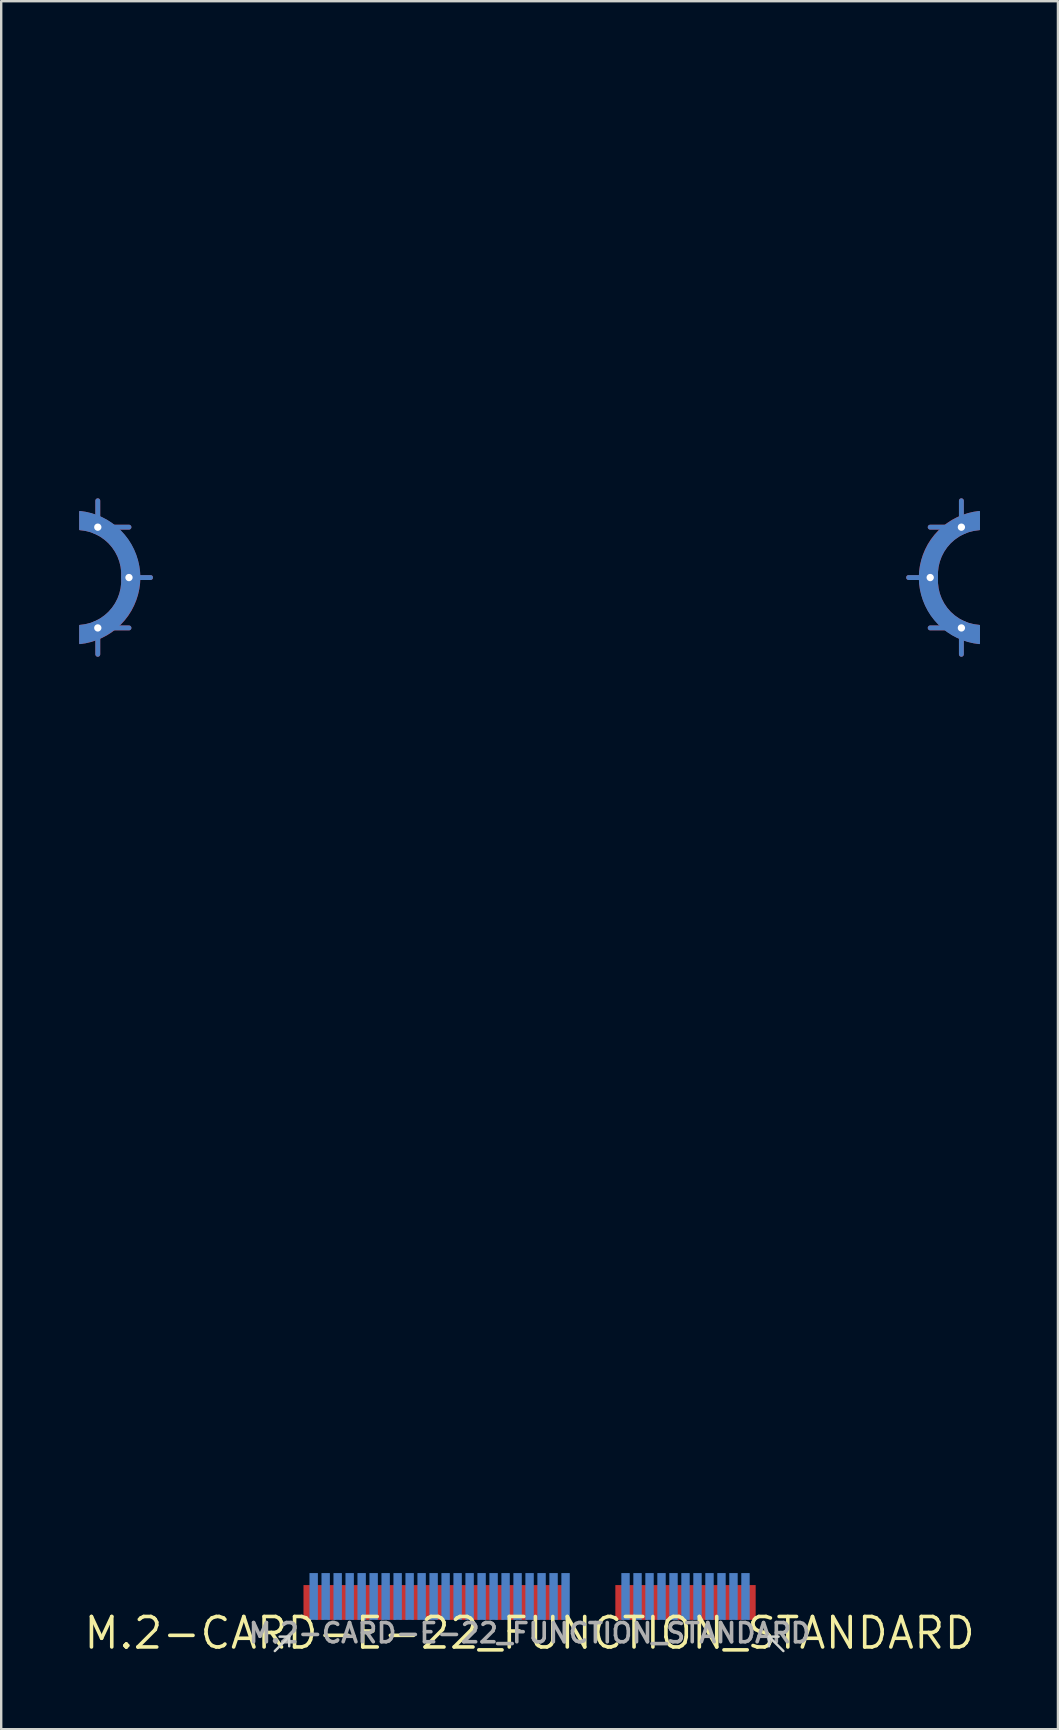
<source format=kicad_pcb>
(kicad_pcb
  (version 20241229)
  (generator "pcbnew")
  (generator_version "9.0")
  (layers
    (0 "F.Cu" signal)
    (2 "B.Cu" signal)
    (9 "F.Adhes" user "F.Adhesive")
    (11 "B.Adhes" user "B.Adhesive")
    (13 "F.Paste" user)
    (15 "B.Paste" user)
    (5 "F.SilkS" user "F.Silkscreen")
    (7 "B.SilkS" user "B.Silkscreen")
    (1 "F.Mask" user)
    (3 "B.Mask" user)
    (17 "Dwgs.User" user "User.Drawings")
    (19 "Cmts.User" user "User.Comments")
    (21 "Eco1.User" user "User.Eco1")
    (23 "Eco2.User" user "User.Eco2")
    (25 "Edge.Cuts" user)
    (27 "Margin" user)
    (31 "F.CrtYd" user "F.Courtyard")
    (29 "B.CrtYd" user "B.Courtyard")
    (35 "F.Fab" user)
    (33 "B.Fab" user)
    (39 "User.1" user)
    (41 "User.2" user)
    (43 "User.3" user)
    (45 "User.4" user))
  (footprint "M.2-CARD-E-22_FUNCTION_STANDARD"
    (layer "F.Cu")
    (at 19.026 65.025)
    (property "Reference" "M.2-CARD-E-22_FUNCTION_STANDARD" (at 0 0 0) (layer "F.SilkS") (effects (font (size 1.27 1.27) (thickness 0.15))))
    (attr through_hole)
    (fp_line (start -18 -46.1) (end -18 -47.2) (stroke (width 0.203) (type solid)) (layer "F.Cu"))
    (fp_line (start -18 -46.1) (end -16.7 -46.1) (stroke (width 0.203) (type solid)) (layer "F.Cu"))
    (fp_line (start -18 -41.9) (end -18 -40.8) (stroke (width 0.203) (type solid)) (layer "F.Cu"))
    (fp_line (start -18 -41.9) (end -16.7 -41.9) (stroke (width 0.203) (type solid)) (layer "F.Cu"))
    (fp_line (start -16.7 -44) (end -15.8 -44) (stroke (width 0.203) (type solid)) (layer "F.Cu"))
    (fp_line (start 16.7 -44) (end 15.8 -44) (stroke (width 0.203) (type solid)) (layer "F.Cu"))
    (fp_line (start 18 -46.1) (end 16.7 -46.1) (stroke (width 0.203) (type solid)) (layer "F.Cu"))
    (fp_line (start 18 -46.1) (end 18 -47.2) (stroke (width 0.203) (type solid)) (layer "F.Cu"))
    (fp_line (start 18 -41.9) (end 16.7 -41.9) (stroke (width 0.203) (type solid)) (layer "F.Cu"))
    (fp_line (start 18 -41.9) (end 18 -40.8) (stroke (width 0.203) (type solid)) (layer "F.Cu"))
    (fp_poly (pts (xy -16.261 -43.761) (xy -16.293 -43.523) (xy -16.345 -43.289) (xy -16.417 -43.061) (xy -16.508 -42.839) (xy -16.618 -42.627) (xy -16.746 -42.424) (xy -16.892 -42.234) (xy -17.053 -42.057) (xy -17.229 -41.894) (xy -17.418 -41.747) (xy -17.619 -41.617) (xy -17.831 -41.505) (xy -18.052 -41.412) (xy -18.279 -41.338) (xy -18.513 -41.284) (xy -18.75 -41.25) (xy -18.75 -42) (xy -18.525 -42.029) (xy -18.305 -42.084) (xy -18.093 -42.166) (xy -17.893 -42.273) (xy -17.707 -42.403) (xy -17.538 -42.554) (xy -17.389 -42.725) (xy -17.261 -42.913) (xy -17.157 -43.114) (xy -17.078 -43.327) (xy -17.025 -43.548) (xy -16.999 -43.773) (xy -17 -44) (xy -16.999 -44.227) (xy -17.025 -44.452) (xy -17.078 -44.673) (xy -17.157 -44.886) (xy -17.261 -45.087) (xy -17.389 -45.275) (xy -17.538 -45.446) (xy -17.707 -45.597) (xy -17.893 -45.727) (xy -18.093 -45.834) (xy -18.305 -45.916) (xy -18.525 -45.971) (xy -18.75 -46) (xy -18.75 -46.75) (xy -18.514 -46.715) (xy -18.281 -46.659) (xy -18.054 -46.584) (xy -17.834 -46.49) (xy -17.623 -46.377) (xy -17.423 -46.247) (xy -17.234 -46.1) (xy -17.059 -45.938) (xy -16.898 -45.761) (xy -16.753 -45.571) (xy -16.624 -45.369) (xy -16.514 -45.157) (xy -16.422 -44.936) (xy -16.349 -44.709) (xy -16.296 -44.476) (xy -16.263 -44.239) (xy -16.25 -44)) (stroke (width 0.05) (type solid)) (fill yes) (layer "F.Cu"))
    (fp_poly (pts (xy 16.261 -44.239) (xy 16.293 -44.477) (xy 16.345 -44.711) (xy 16.417 -44.939) (xy 16.508 -45.161) (xy 16.618 -45.373) (xy 16.746 -45.576) (xy 16.892 -45.766) (xy 17.053 -45.943) (xy 17.229 -46.106) (xy 17.418 -46.253) (xy 17.619 -46.383) (xy 17.831 -46.495) (xy 18.052 -46.588) (xy 18.279 -46.662) (xy 18.513 -46.716) (xy 18.75 -46.75) (xy 18.75 -46) (xy 18.525 -45.971) (xy 18.305 -45.916) (xy 18.093 -45.834) (xy 17.893 -45.727) (xy 17.707 -45.597) (xy 17.538 -45.446) (xy 17.389 -45.275) (xy 17.261 -45.087) (xy 17.157 -44.886) (xy 17.078 -44.673) (xy 17.025 -44.452) (xy 16.999 -44.227) (xy 17 -44) (xy 16.999 -43.773) (xy 17.025 -43.548) (xy 17.078 -43.327) (xy 17.157 -43.114) (xy 17.261 -42.913) (xy 17.389 -42.725) (xy 17.538 -42.554) (xy 17.707 -42.403) (xy 17.893 -42.273) (xy 18.093 -42.166) (xy 18.305 -42.084) (xy 18.525 -42.029) (xy 18.75 -42) (xy 18.75 -41.25) (xy 18.514 -41.285) (xy 18.281 -41.341) (xy 18.054 -41.416) (xy 17.834 -41.51) (xy 17.623 -41.623) (xy 17.423 -41.753) (xy 17.234 -41.9) (xy 17.059 -42.062) (xy 16.898 -42.239) (xy 16.753 -42.429) (xy 16.624 -42.631) (xy 16.514 -42.843) (xy 16.422 -43.064) (xy 16.349 -43.291) (xy 16.296 -43.524) (xy 16.263 -43.761) (xy 16.25 -44)) (stroke (width 0.05) (type solid)) (fill yes) (layer "F.Cu"))
    (fp_poly (pts (xy -16.259 -43.773) (xy -16.288 -43.547) (xy -16.334 -43.325) (xy -16.399 -43.107) (xy -16.482 -42.895) (xy -16.581 -42.691) (xy -16.698 -42.496) (xy -16.83 -42.311) (xy -16.977 -42.137) (xy -17.137 -41.977) (xy -17.311 -41.83) (xy -17.496 -41.698) (xy -17.691 -41.581) (xy -17.895 -41.482) (xy -18.107 -41.399) (xy -18.325 -41.334) (xy -18.547 -41.288) (xy -18.773 -41.259) (xy -19 -41.25) (xy -19 -42.25) (xy -18.772 -42.265) (xy -18.547 -42.31) (xy -18.33 -42.383) (xy -18.125 -42.484) (xy -17.935 -42.612) (xy -17.763 -42.763) (xy -17.612 -42.935) (xy -17.484 -43.125) (xy -17.383 -43.33) (xy -17.31 -43.547) (xy -17.265 -43.772) (xy -17.25 -44) (xy -17.265 -44.228) (xy -17.31 -44.453) (xy -17.383 -44.67) (xy -17.484 -44.875) (xy -17.612 -45.065) (xy -17.763 -45.237) (xy -17.935 -45.388) (xy -18.125 -45.516) (xy -18.33 -45.617) (xy -18.547 -45.69) (xy -18.772 -45.735) (xy -19 -45.75) (xy -19 -46.75) (xy -18.773 -46.741) (xy -18.547 -46.712) (xy -18.325 -46.666) (xy -18.107 -46.601) (xy -17.895 -46.518) (xy -17.691 -46.419) (xy -17.496 -46.302) (xy -17.311 -46.17) (xy -17.137 -46.023) (xy -16.977 -45.863) (xy -16.83 -45.689) (xy -16.698 -45.504) (xy -16.581 -45.309) (xy -16.482 -45.105) (xy -16.399 -44.893) (xy -16.334 -44.675) (xy -16.288 -44.453) (xy -16.259 -44.227) (xy -16.25 -44)) (stroke (width 0.05) (type solid)) (fill yes) (layer "F.Mask"))
    (fp_poly (pts (xy 16.259 -44.227) (xy 16.288 -44.453) (xy 16.334 -44.675) (xy 16.399 -44.893) (xy 16.482 -45.105) (xy 16.581 -45.309) (xy 16.698 -45.504) (xy 16.83 -45.689) (xy 16.977 -45.863) (xy 17.137 -46.023) (xy 17.311 -46.17) (xy 17.496 -46.302) (xy 17.691 -46.419) (xy 17.895 -46.518) (xy 18.107 -46.601) (xy 18.325 -46.666) (xy 18.547 -46.712) (xy 18.773 -46.741) (xy 19 -46.75) (xy 19 -45.75) (xy 18.772 -45.735) (xy 18.547 -45.69) (xy 18.33 -45.617) (xy 18.125 -45.516) (xy 17.935 -45.388) (xy 17.763 -45.237) (xy 17.612 -45.065) (xy 17.484 -44.875) (xy 17.383 -44.67) (xy 17.31 -44.453) (xy 17.265 -44.228) (xy 17.25 -44) (xy 17.265 -43.772) (xy 17.31 -43.547) (xy 17.383 -43.33) (xy 17.484 -43.125) (xy 17.612 -42.935) (xy 17.763 -42.763) (xy 17.935 -42.612) (xy 18.125 -42.484) (xy 18.33 -42.383) (xy 18.547 -42.31) (xy 18.772 -42.265) (xy 19 -42.25) (xy 19 -41.25) (xy 18.773 -41.259) (xy 18.547 -41.288) (xy 18.325 -41.334) (xy 18.107 -41.399) (xy 17.895 -41.482) (xy 17.691 -41.581) (xy 17.496 -41.698) (xy 17.311 -41.83) (xy 17.137 -41.977) (xy 16.977 -42.137) (xy 16.83 -42.311) (xy 16.698 -42.496) (xy 16.581 -42.691) (xy 16.482 -42.895) (xy 16.399 -43.107) (xy 16.334 -43.325) (xy 16.288 -43.547) (xy 16.259 -43.773) (xy 16.25 -44)) (stroke (width 0.05) (type solid)) (fill yes) (layer "F.Mask"))
    (fp_line (start -18 -46.1) (end -18 -47.2) (stroke (width 0.203) (type solid)) (layer "B.Cu"))
    (fp_line (start -18 -46.1) (end -16.7 -46.1) (stroke (width 0.203) (type solid)) (layer "B.Cu"))
    (fp_line (start -18 -41.9) (end -18 -40.8) (stroke (width 0.203) (type solid)) (layer "B.Cu"))
    (fp_line (start -18 -41.9) (end -16.7 -41.9) (stroke (width 0.203) (type solid)) (layer "B.Cu"))
    (fp_line (start -16.7 -44) (end -15.8 -44) (stroke (width 0.203) (type solid)) (layer "B.Cu"))
    (fp_line (start 16.7 -44) (end 15.8 -44) (stroke (width 0.203) (type solid)) (layer "B.Cu"))
    (fp_line (start 18 -46.1) (end 16.7 -46.1) (stroke (width 0.203) (type solid)) (layer "B.Cu"))
    (fp_line (start 18 -46.1) (end 18 -47.2) (stroke (width 0.203) (type solid)) (layer "B.Cu"))
    (fp_line (start 18 -41.9) (end 16.7 -41.9) (stroke (width 0.203) (type solid)) (layer "B.Cu"))
    (fp_line (start 18 -41.9) (end 18 -40.8) (stroke (width 0.203) (type solid)) (layer "B.Cu"))
    (fp_poly (pts (xy -16.261 -44.239) (xy -16.293 -44.477) (xy -16.345 -44.711) (xy -16.417 -44.939) (xy -16.508 -45.161) (xy -16.618 -45.373) (xy -16.746 -45.576) (xy -16.892 -45.766) (xy -17.053 -45.943) (xy -17.229 -46.106) (xy -17.418 -46.253) (xy -17.619 -46.383) (xy -17.831 -46.495) (xy -18.052 -46.588) (xy -18.279 -46.662) (xy -18.513 -46.716) (xy -18.75 -46.75) (xy -18.75 -46) (xy -18.525 -45.971) (xy -18.305 -45.916) (xy -18.093 -45.834) (xy -17.893 -45.727) (xy -17.707 -45.597) (xy -17.538 -45.446) (xy -17.389 -45.275) (xy -17.261 -45.087) (xy -17.157 -44.886) (xy -17.078 -44.673) (xy -17.025 -44.452) (xy -16.999 -44.227) (xy -17 -44) (xy -16.999 -43.773) (xy -17.025 -43.548) (xy -17.078 -43.327) (xy -17.157 -43.114) (xy -17.261 -42.913) (xy -17.389 -42.725) (xy -17.538 -42.554) (xy -17.707 -42.403) (xy -17.893 -42.273) (xy -18.093 -42.166) (xy -18.305 -42.084) (xy -18.525 -42.029) (xy -18.75 -42) (xy -18.75 -41.25) (xy -18.514 -41.285) (xy -18.281 -41.341) (xy -18.054 -41.416) (xy -17.834 -41.51) (xy -17.623 -41.623) (xy -17.423 -41.753) (xy -17.234 -41.9) (xy -17.059 -42.062) (xy -16.898 -42.239) (xy -16.753 -42.429) (xy -16.624 -42.631) (xy -16.514 -42.843) (xy -16.422 -43.064) (xy -16.349 -43.291) (xy -16.296 -43.524) (xy -16.263 -43.761) (xy -16.25 -44)) (stroke (width 0.05) (type solid)) (fill yes) (layer "B.Cu"))
    (fp_poly (pts (xy 16.261 -43.761) (xy 16.293 -43.523) (xy 16.345 -43.289) (xy 16.417 -43.061) (xy 16.508 -42.839) (xy 16.618 -42.627) (xy 16.746 -42.424) (xy 16.892 -42.234) (xy 17.053 -42.057) (xy 17.229 -41.894) (xy 17.418 -41.747) (xy 17.619 -41.617) (xy 17.831 -41.505) (xy 18.052 -41.412) (xy 18.279 -41.338) (xy 18.513 -41.284) (xy 18.75 -41.25) (xy 18.75 -42) (xy 18.525 -42.029) (xy 18.305 -42.084) (xy 18.093 -42.166) (xy 17.893 -42.273) (xy 17.707 -42.403) (xy 17.538 -42.554) (xy 17.389 -42.725) (xy 17.261 -42.913) (xy 17.157 -43.114) (xy 17.078 -43.327) (xy 17.025 -43.548) (xy 16.999 -43.773) (xy 17 -44) (xy 16.999 -44.227) (xy 17.025 -44.452) (xy 17.078 -44.673) (xy 17.157 -44.886) (xy 17.261 -45.087) (xy 17.389 -45.275) (xy 17.538 -45.446) (xy 17.707 -45.597) (xy 17.893 -45.727) (xy 18.093 -45.834) (xy 18.305 -45.916) (xy 18.525 -45.971) (xy 18.75 -46) (xy 18.75 -46.75) (xy 18.514 -46.715) (xy 18.281 -46.659) (xy 18.054 -46.584) (xy 17.834 -46.49) (xy 17.623 -46.377) (xy 17.423 -46.247) (xy 17.234 -46.1) (xy 17.059 -45.938) (xy 16.898 -45.761) (xy 16.753 -45.571) (xy 16.624 -45.369) (xy 16.514 -45.157) (xy 16.422 -44.936) (xy 16.349 -44.709) (xy 16.296 -44.476) (xy 16.263 -44.239) (xy 16.25 -44)) (stroke (width 0.05) (type solid)) (fill yes) (layer "B.Cu"))
    (fp_poly (pts (xy -16.259 -43.773) (xy -16.288 -43.547) (xy -16.334 -43.325) (xy -16.399 -43.107) (xy -16.482 -42.895) (xy -16.581 -42.691) (xy -16.698 -42.496) (xy -16.83 -42.311) (xy -16.977 -42.137) (xy -17.137 -41.977) (xy -17.311 -41.83) (xy -17.496 -41.698) (xy -17.691 -41.581) (xy -17.895 -41.482) (xy -18.107 -41.399) (xy -18.325 -41.334) (xy -18.547 -41.288) (xy -18.773 -41.259) (xy -19 -41.25) (xy -19 -42.25) (xy -18.772 -42.265) (xy -18.547 -42.31) (xy -18.33 -42.383) (xy -18.125 -42.484) (xy -17.935 -42.612) (xy -17.763 -42.763) (xy -17.612 -42.935) (xy -17.484 -43.125) (xy -17.383 -43.33) (xy -17.31 -43.547) (xy -17.265 -43.772) (xy -17.25 -44) (xy -17.265 -44.228) (xy -17.31 -44.453) (xy -17.383 -44.67) (xy -17.484 -44.875) (xy -17.612 -45.065) (xy -17.763 -45.237) (xy -17.935 -45.388) (xy -18.125 -45.516) (xy -18.33 -45.617) (xy -18.547 -45.69) (xy -18.772 -45.735) (xy -19 -45.75) (xy -19 -46.75) (xy -18.773 -46.741) (xy -18.547 -46.712) (xy -18.325 -46.666) (xy -18.107 -46.601) (xy -17.895 -46.518) (xy -17.691 -46.419) (xy -17.496 -46.302) (xy -17.311 -46.17) (xy -17.137 -46.023) (xy -16.977 -45.863) (xy -16.83 -45.689) (xy -16.698 -45.504) (xy -16.581 -45.309) (xy -16.482 -45.105) (xy -16.399 -44.893) (xy -16.334 -44.675) (xy -16.288 -44.453) (xy -16.259 -44.227) (xy -16.25 -44)) (stroke (width 0.05) (type solid)) (fill yes) (layer "B.Mask"))
    (fp_poly (pts (xy 16.259 -44.227) (xy 16.288 -44.453) (xy 16.334 -44.675) (xy 16.399 -44.893) (xy 16.482 -45.105) (xy 16.581 -45.309) (xy 16.698 -45.504) (xy 16.83 -45.689) (xy 16.977 -45.863) (xy 17.137 -46.023) (xy 17.311 -46.17) (xy 17.496 -46.302) (xy 17.691 -46.419) (xy 17.895 -46.518) (xy 18.107 -46.601) (xy 18.325 -46.666) (xy 18.547 -46.712) (xy 18.773 -46.741) (xy 19 -46.75) (xy 19 -45.75) (xy 18.772 -45.735) (xy 18.547 -45.69) (xy 18.33 -45.617) (xy 18.125 -45.516) (xy 17.935 -45.388) (xy 17.763 -45.237) (xy 17.612 -45.065) (xy 17.484 -44.875) (xy 17.383 -44.67) (xy 17.31 -44.453) (xy 17.265 -44.228) (xy 17.25 -44) (xy 17.265 -43.772) (xy 17.31 -43.547) (xy 17.383 -43.33) (xy 17.484 -43.125) (xy 17.612 -42.935) (xy 17.763 -42.763) (xy 17.935 -42.612) (xy 18.125 -42.484) (xy 18.33 -42.383) (xy 18.547 -42.31) (xy 18.772 -42.265) (xy 19 -42.25) (xy 19 -41.25) (xy 18.773 -41.259) (xy 18.547 -41.288) (xy 18.325 -41.334) (xy 18.107 -41.399) (xy 17.895 -41.482) (xy 17.691 -41.581) (xy 17.496 -41.698) (xy 17.311 -41.83) (xy 17.137 -41.977) (xy 16.977 -42.137) (xy 16.83 -42.311) (xy 16.698 -42.496) (xy 16.581 -42.691) (xy 16.482 -42.895) (xy 16.399 -43.107) (xy 16.334 -43.325) (xy 16.288 -43.547) (xy 16.259 -43.773) (xy 16.25 -44)) (stroke (width 0.05) (type solid)) (fill yes) (layer "B.Mask"))
    (fp_line (start -18.746 -65) (end 18.746 -65) (stroke (width 0.051) (type solid)) (layer "Eco2.User"))
    (fp_line (start -18.746 -4) (end -18.746 -65) (stroke (width 0.051) (type solid)) (layer "Eco2.User"))
    (fp_line (start -10.425 -4) (end -18.746 -4) (stroke (width 0.051) (type solid)) (layer "Eco2.User"))
    (fp_line (start -10.3 -0.55) (end 10.7 -0.55) (stroke (width 0.02) (type solid)) (layer "Eco2.User"))
    (fp_line (start -9.925 0) (end -9.925 -3.5) (stroke (width 0.051) (type solid)) (layer "Eco2.User"))
    (fp_line (start 2.025 -2.9) (end 2.025 0) (stroke (width 0.051) (type solid)) (layer "Eco2.User"))
    (fp_line (start 2.025 0) (end -9.925 0) (stroke (width 0.051) (type solid)) (layer "Eco2.User"))
    (fp_line (start 3.225 -2.9) (end 3.225 0) (stroke (width 0.051) (type solid)) (layer "Eco2.User"))
    (fp_line (start 9.925 -3.5) (end 9.925 0) (stroke (width 0.051) (type solid)) (layer "Eco2.User"))
    (fp_line (start 9.925 0) (end 3.225 0) (stroke (width 0.051) (type solid)) (layer "Eco2.User"))
    (fp_line (start 10.425 -4) (end 18.746 -4) (stroke (width 0.051) (type solid)) (layer "Eco2.User"))
    (fp_line (start 18.746 -4) (end 18.746 -65) (stroke (width 0.051) (type solid)) (layer "Eco2.User"))
    (fp_arc (start -19 -46.75) (mid -16.25 -44) (end -19 -41.25) (stroke (width 0.051) (type solid)) (layer "Eco2.User"))
    (fp_arc (start -19 -45.75) (mid -17.25 -44) (end -19 -42.25) (stroke (width 0.051) (type solid)) (layer "Eco2.User"))
    (fp_arc (start -18.747 -45.733) (mid -17.251464 -44.003487) (end -18.744057 -42.271434) (stroke (width 0.05) (type solid)) (layer "Eco2.User"))
    (fp_arc (start -10.425 -4) (mid -10.071447 -3.853553) (end -9.925 -3.5) (stroke (width 0.051) (type solid)) (layer "Eco2.User"))
    (fp_arc (start 2.025 -2.9) (mid 2.625 -3.5) (end 3.225 -2.9) (stroke (width 0.051) (type solid)) (layer "Eco2.User"))
    (fp_arc (start 9.925 -3.5) (mid 10.071447 -3.853553) (end 10.425 -4) (stroke (width 0.051) (type solid)) (layer "Eco2.User"))
    (fp_arc (start 18.74905 -42.270269) (mid 17.2486 -43.998449) (end 18.744 -45.731) (stroke (width 0.05) (type solid)) (layer "Eco2.User"))
    (fp_arc (start 19 -42.25) (mid 17.25 -44) (end 19 -45.75) (stroke (width 0.051) (type solid)) (layer "Eco2.User"))
    (fp_arc (start 19 -41.25) (mid 16.25 -44) (end 19 -46.75) (stroke (width 0.051) (type solid)) (layer "Eco2.User"))
    (fp_line (start -10.62 0.75) (end -10.02 0.15) (stroke (width 0.102) (type solid)) (layer "Edge.Cuts"))
    (fp_line (start -10.02 0.15) (end -10.42 0.15) (stroke (width 0.102) (type solid)) (layer "Edge.Cuts"))
    (fp_line (start -10.02 0.15) (end -10.02 0.55) (stroke (width 0.102) (type solid)) (layer "Edge.Cuts"))
    (fp_line (start 9.98 0.15) (end 9.98 0.55) (stroke (width 0.102) (type solid)) (layer "Edge.Cuts"))
    (fp_line (start 9.98 0.15) (end 10.38 0.15) (stroke (width 0.102) (type solid)) (layer "Edge.Cuts"))
    (fp_line (start 10.58 0.75) (end 9.98 0.15) (stroke (width 0.102) (type solid)) (layer "Edge.Cuts"))
    (fp_text user "${REFERENCE}" (at 0 0 0) (layer "F.Fab") (effects (font (size 0.8 0.8) (thickness 0.15))))
    (pad "1" smd rect (at 9.25 -1.275 180) (size 0.35 1.45) (layers "F.Cu" "F.Mask" "F.Paste"))
    (pad "2" smd rect (at 9 -1.525) (size 0.35 1.95) (layers "B.Cu" "B.Mask" "B.Paste"))
    (pad "3" smd rect (at 8.75 -1.275 180) (size 0.35 1.45) (layers "F.Cu" "F.Mask" "F.Paste"))
    (pad "4" smd rect (at 8.5 -1.525) (size 0.35 1.95) (layers "B.Cu" "B.Mask" "B.Paste"))
    (pad "5" smd rect (at 8.25 -1.275 180) (size 0.35 1.45) (layers "F.Cu" "F.Mask" "F.Paste"))
    (pad "6" smd rect (at 8 -1.525) (size 0.35 1.95) (layers "B.Cu" "B.Mask" "B.Paste"))
    (pad "7" smd rect (at 7.75 -1.275 180) (size 0.35 1.45) (layers "F.Cu" "F.Mask" "F.Paste"))
    (pad "8" smd rect (at 7.5 -1.525) (size 0.35 1.95) (layers "B.Cu" "B.Mask" "B.Paste"))
    (pad "9" smd rect (at 7.25 -1.275 180) (size 0.35 1.45) (layers "F.Cu" "F.Mask" "F.Paste"))
    (pad "10" smd rect (at 7 -1.525) (size 0.35 1.95) (layers "B.Cu" "B.Mask" "B.Paste"))
    (pad "11" smd rect (at 6.75 -1.275 180) (size 0.35 1.45) (layers "F.Cu" "F.Mask" "F.Paste"))
    (pad "12" smd rect (at 6.5 -1.525) (size 0.35 1.95) (layers "B.Cu" "B.Mask" "B.Paste"))
    (pad "13" smd rect (at 6.25 -1.275 180) (size 0.35 1.45) (layers "F.Cu" "F.Mask" "F.Paste"))
    (pad "14" smd rect (at 6 -1.525) (size 0.35 1.95) (layers "B.Cu" "B.Mask" "B.Paste"))
    (pad "15" smd rect (at 5.75 -1.275 180) (size 0.35 1.45) (layers "F.Cu" "F.Mask" "F.Paste"))
    (pad "16" smd rect (at 5.5 -1.525) (size 0.35 1.95) (layers "B.Cu" "B.Mask" "B.Paste"))
    (pad "17" smd rect (at 5.25 -1.275 180) (size 0.35 1.45) (layers "F.Cu" "F.Mask" "F.Paste"))
    (pad "18" smd rect (at 5 -1.525) (size 0.35 1.95) (layers "B.Cu" "B.Mask" "B.Paste"))
    (pad "19" smd rect (at 4.75 -1.275 180) (size 0.35 1.45) (layers "F.Cu" "F.Mask" "F.Paste"))
    (pad "20" smd rect (at 4.5 -1.525) (size 0.35 1.95) (layers "B.Cu" "B.Mask" "B.Paste"))
    (pad "21" smd rect (at 4.25 -1.275 180) (size 0.35 1.45) (layers "F.Cu" "F.Mask" "F.Paste"))
    (pad "22" smd rect (at 4 -1.525) (size 0.35 1.95) (layers "B.Cu" "B.Mask" "B.Paste"))
    (pad "23" smd rect (at 3.75 -1.275 180) (size 0.35 1.45) (layers "F.Cu" "F.Mask" "F.Paste"))
    (pad "32" smd rect (at 1.5 -1.525) (size 0.35 1.95) (layers "B.Cu" "B.Mask" "B.Paste"))
    (pad "33" smd rect (at 1.25 -1.275 180) (size 0.35 1.45) (layers "F.Cu" "F.Mask" "F.Paste"))
    (pad "34" smd rect (at 1 -1.525) (size 0.35 1.95) (layers "B.Cu" "B.Mask" "B.Paste"))
    (pad "35" smd rect (at 0.75 -1.275 180) (size 0.35 1.45) (layers "F.Cu" "F.Mask" "F.Paste"))
    (pad "36" smd rect (at 0.5 -1.525) (size 0.35 1.95) (layers "B.Cu" "B.Mask" "B.Paste"))
    (pad "37" smd rect (at 0.25 -1.275 180) (size 0.35 1.45) (layers "F.Cu" "F.Mask" "F.Paste"))
    (pad "38" smd rect (at 0 -1.525) (size 0.35 1.95) (layers "B.Cu" "B.Mask" "B.Paste"))
    (pad "39" smd rect (at -0.25 -1.275 180) (size 0.35 1.45) (layers "F.Cu" "F.Mask" "F.Paste"))
    (pad "40" smd rect (at -0.5 -1.525) (size 0.35 1.95) (layers "B.Cu" "B.Mask" "B.Paste"))
    (pad "41" smd rect (at -0.75 -1.275 180) (size 0.35 1.45) (layers "F.Cu" "F.Mask" "F.Paste"))
    (pad "42" smd rect (at -1 -1.525) (size 0.35 1.95) (layers "B.Cu" "B.Mask" "B.Paste"))
    (pad "43" smd rect (at -1.25 -1.275 180) (size 0.35 1.45) (layers "F.Cu" "F.Mask" "F.Paste"))
    (pad "44" smd rect (at -1.5 -1.525) (size 0.35 1.95) (layers "B.Cu" "B.Mask" "B.Paste"))
    (pad "45" smd rect (at -1.75 -1.275 180) (size 0.35 1.45) (layers "F.Cu" "F.Mask" "F.Paste"))
    (pad "46" smd rect (at -2 -1.525) (size 0.35 1.95) (layers "B.Cu" "B.Mask" "B.Paste"))
    (pad "47" smd rect (at -2.25 -1.275 180) (size 0.35 1.45) (layers "F.Cu" "F.Mask" "F.Paste"))
    (pad "48" smd rect (at -2.5 -1.525) (size 0.35 1.95) (layers "B.Cu" "B.Mask" "B.Paste"))
    (pad "49" smd rect (at -2.75 -1.275 180) (size 0.35 1.45) (layers "F.Cu" "F.Mask" "F.Paste"))
    (pad "50" smd rect (at -3 -1.525) (size 0.35 1.95) (layers "B.Cu" "B.Mask" "B.Paste"))
    (pad "51" smd rect (at -3.25 -1.275 180) (size 0.35 1.45) (layers "F.Cu" "F.Mask" "F.Paste"))
    (pad "52" smd rect (at -3.5 -1.525) (size 0.35 1.95) (layers "B.Cu" "B.Mask" "B.Paste"))
    (pad "53" smd rect (at -3.75 -1.275 180) (size 0.35 1.45) (layers "F.Cu" "F.Mask" "F.Paste"))
    (pad "54" smd rect (at -4 -1.525) (size 0.35 1.95) (layers "B.Cu" "B.Mask" "B.Paste"))
    (pad "55" smd rect (at -4.25 -1.275 180) (size 0.35 1.45) (layers "F.Cu" "F.Mask" "F.Paste"))
    (pad "56" smd rect (at -4.5 -1.525) (size 0.35 1.95) (layers "B.Cu" "B.Mask" "B.Paste"))
    (pad "57" smd rect (at -4.75 -1.275 180) (size 0.35 1.45) (layers "F.Cu" "F.Mask" "F.Paste"))
    (pad "58" smd rect (at -5 -1.525) (size 0.35 1.95) (layers "B.Cu" "B.Mask" "B.Paste"))
    (pad "59" smd rect (at -5.25 -1.275 180) (size 0.35 1.45) (layers "F.Cu" "F.Mask" "F.Paste"))
    (pad "60" smd rect (at -5.5 -1.525) (size 0.35 1.95) (layers "B.Cu" "B.Mask" "B.Paste"))
    (pad "61" smd rect (at -5.75 -1.275 180) (size 0.35 1.45) (layers "F.Cu" "F.Mask" "F.Paste"))
    (pad "62" smd rect (at -6 -1.525) (size 0.35 1.95) (layers "B.Cu" "B.Mask" "B.Paste"))
    (pad "63" smd rect (at -6.25 -1.275 180) (size 0.35 1.45) (layers "F.Cu" "F.Mask" "F.Paste"))
    (pad "64" smd rect (at -6.5 -1.525) (size 0.35 1.95) (layers "B.Cu" "B.Mask" "B.Paste"))
    (pad "65" smd rect (at -6.75 -1.275 180) (size 0.35 1.45) (layers "F.Cu" "F.Mask" "F.Paste"))
    (pad "66" smd rect (at -7 -1.525) (size 0.35 1.95) (layers "B.Cu" "B.Mask" "B.Paste"))
    (pad "67" smd rect (at -7.25 -1.275 180) (size 0.35 1.45) (layers "F.Cu" "F.Mask" "F.Paste"))
    (pad "68" smd rect (at -7.5 -1.525) (size 0.35 1.95) (layers "B.Cu" "B.Mask" "B.Paste"))
    (pad "69" smd rect (at -7.75 -1.275 180) (size 0.35 1.45) (layers "F.Cu" "F.Mask" "F.Paste"))
    (pad "70" smd rect (at -8 -1.525) (size 0.35 1.95) (layers "B.Cu" "B.Mask" "B.Paste"))
    (pad "71" smd rect (at -8.25 -1.275 180) (size 0.35 1.45) (layers "F.Cu" "F.Mask" "F.Paste"))
    (pad "72" smd rect (at -8.5 -1.525) (size 0.35 1.95) (layers "B.Cu" "B.Mask" "B.Paste"))
    (pad "73" smd rect (at -8.75 -1.275 180) (size 0.35 1.45) (layers "F.Cu" "F.Mask" "F.Paste"))
    (pad "74" smd rect (at -9 -1.525) (size 0.35 1.95) (layers "B.Cu" "B.Mask" "B.Paste"))
    (pad "75" smd rect (at -9.25 -1.275 180) (size 0.35 1.45) (layers "F.Cu" "F.Mask" "F.Paste"))
    (pad "GND1" thru_hole circle (at -18 -41.9) (size 0.61 0.61) (drill 0.305) (layers "*.Cu" "*.Mask"))
    (pad "GND2" thru_hole circle (at -16.7 -44) (size 0.61 0.61) (drill 0.305) (layers "*.Cu" "*.Mask"))
    (pad "GND3" thru_hole circle (at -18 -46.1) (size 0.61 0.61) (drill 0.305) (layers "*.Cu" "*.Mask"))
    (pad "GND4" thru_hole circle (at 18 -41.9) (size 0.61 0.61) (drill 0.305) (layers "*.Cu" "*.Mask"))
    (pad "GND5" thru_hole circle (at 16.7 -44) (size 0.61 0.61) (drill 0.305) (layers "*.Cu" "*.Mask"))
    (pad "GND6" thru_hole circle (at 18 -46.1) (size 0.61 0.61) (drill 0.305) (layers "*.Cu" "*.Mask")))
  (gr_rect
    (start -3 -3)
    (end 41.051 69.032)
    (stroke (width 0.1) (type default))
    (fill no)
    (layer "Edge.Cuts")))
</source>
